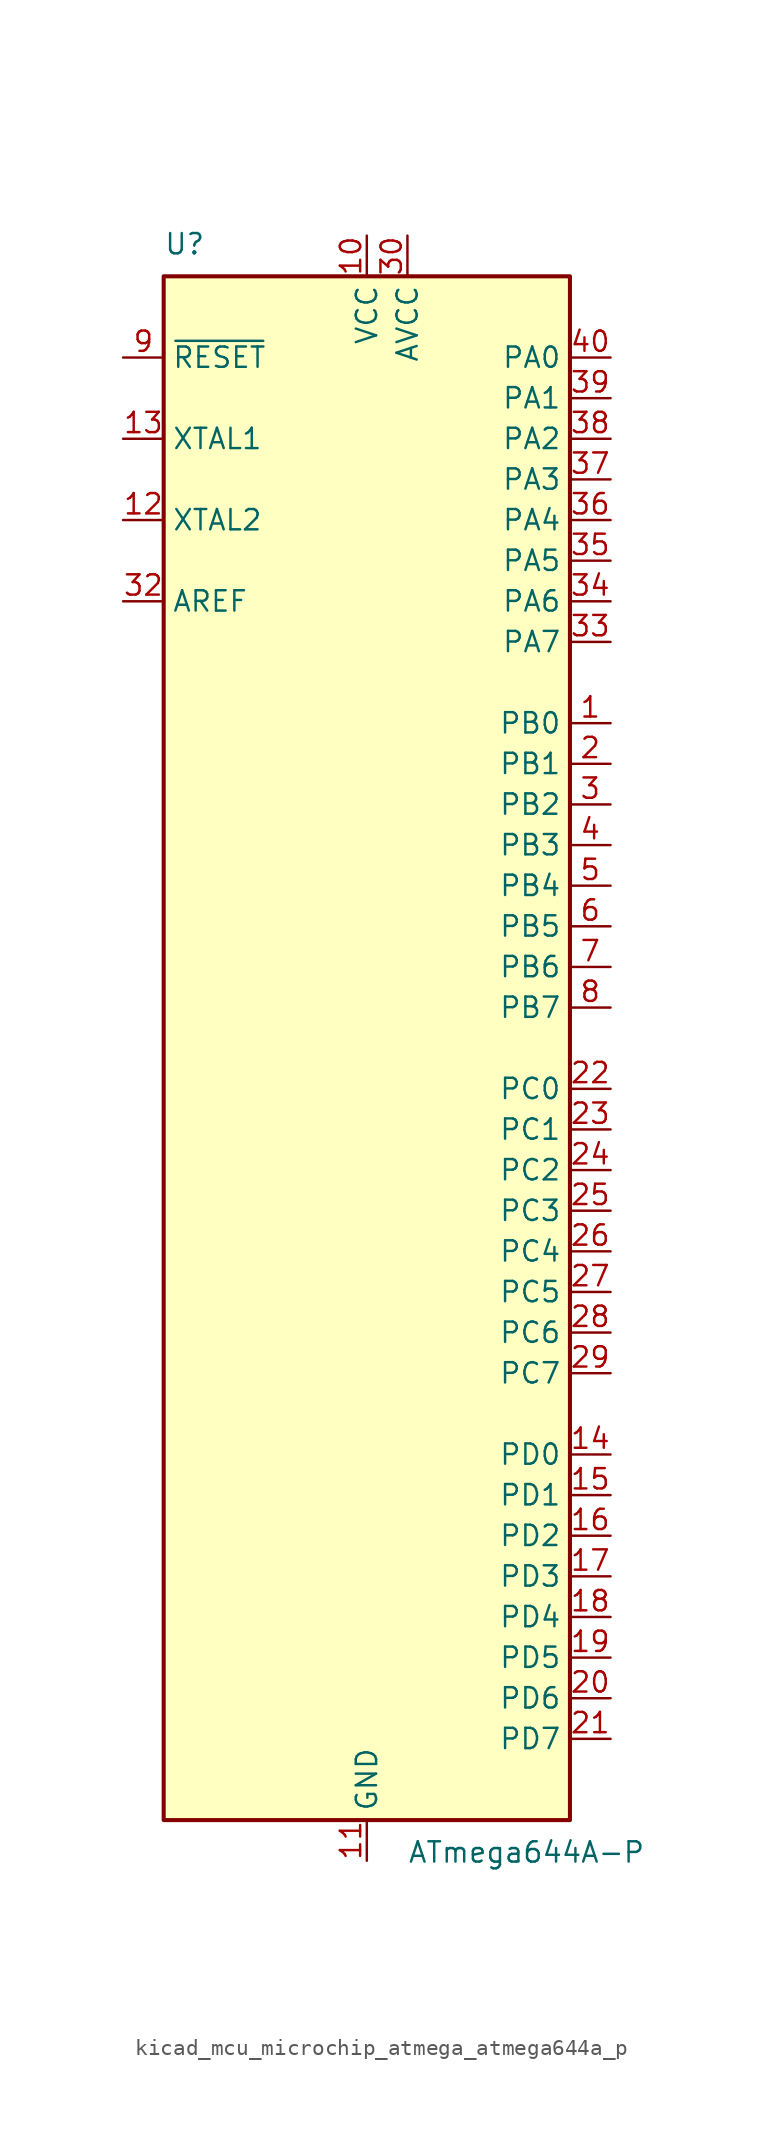
<source format=kicad_sym>
(kicad_symbol_lib
  (version 20220914)
  (generator kicad_symbol_editor)
  (symbol "kicad_mcu_microchip_atmega_atmega644a_p"
    (property "Reference" "U"
      (at -12.7 49.53 0)
      (effects (font (size 1.27 1.27)) (justify left bottom)))
    (property "Value" "ATmega644A-P"
      (at 2.54 -49.53 0)
      (effects (font (size 1.27 1.27)) (justify left top)))
    (symbol "kicad_mcu_microchip_atmega_atmega644a_p_0_1"
      (rectangle (start -12.7 -48.26) (end 12.7 48.26) (stroke (width 0.254) (type default)) (fill (type background))))
    (symbol "kicad_mcu_microchip_atmega_atmega644a_p_1_1"
      (pin bidirectional line (at 15.24 20.32 180) (length 2.54) (name "PB0" (effects (font (size 1.27 1.27)))) (number "1" (effects (font (size 1.27 1.27)))))
      (pin power_in line (at 0 50.8 270) (length 2.54) (name "VCC" (effects (font (size 1.27 1.27)))) (number "10" (effects (font (size 1.27 1.27)))))
      (pin power_in line (at 0 -50.8 90) (length 2.54) (name "GND" (effects (font (size 1.27 1.27)))) (number "11" (effects (font (size 1.27 1.27)))))
      (pin output line (at -15.24 33.02 0) (length 2.54) (name "XTAL2" (effects (font (size 1.27 1.27)))) (number "12" (effects (font (size 1.27 1.27)))))
      (pin input line (at -15.24 38.1 0) (length 2.54) (name "XTAL1" (effects (font (size 1.27 1.27)))) (number "13" (effects (font (size 1.27 1.27)))))
      (pin bidirectional line (at 15.24 -25.4 180) (length 2.54) (name "PD0" (effects (font (size 1.27 1.27)))) (number "14" (effects (font (size 1.27 1.27)))))
      (pin bidirectional line (at 15.24 -27.94 180) (length 2.54) (name "PD1" (effects (font (size 1.27 1.27)))) (number "15" (effects (font (size 1.27 1.27)))))
      (pin bidirectional line (at 15.24 -30.48 180) (length 2.54) (name "PD2" (effects (font (size 1.27 1.27)))) (number "16" (effects (font (size 1.27 1.27)))))
      (pin bidirectional line (at 15.24 -33.02 180) (length 2.54) (name "PD3" (effects (font (size 1.27 1.27)))) (number "17" (effects (font (size 1.27 1.27)))))
      (pin bidirectional line (at 15.24 -35.56 180) (length 2.54) (name "PD4" (effects (font (size 1.27 1.27)))) (number "18" (effects (font (size 1.27 1.27)))))
      (pin bidirectional line (at 15.24 -38.1 180) (length 2.54) (name "PD5" (effects (font (size 1.27 1.27)))) (number "19" (effects (font (size 1.27 1.27)))))
      (pin bidirectional line (at 15.24 17.78 180) (length 2.54) (name "PB1" (effects (font (size 1.27 1.27)))) (number "2" (effects (font (size 1.27 1.27)))))
      (pin bidirectional line (at 15.24 -40.64 180) (length 2.54) (name "PD6" (effects (font (size 1.27 1.27)))) (number "20" (effects (font (size 1.27 1.27)))))
      (pin bidirectional line (at 15.24 -43.18 180) (length 2.54) (name "PD7" (effects (font (size 1.27 1.27)))) (number "21" (effects (font (size 1.27 1.27)))))
      (pin bidirectional line (at 15.24 -2.54 180) (length 2.54) (name "PC0" (effects (font (size 1.27 1.27)))) (number "22" (effects (font (size 1.27 1.27)))))
      (pin bidirectional line (at 15.24 -5.08 180) (length 2.54) (name "PC1" (effects (font (size 1.27 1.27)))) (number "23" (effects (font (size 1.27 1.27)))))
      (pin bidirectional line (at 15.24 -7.62 180) (length 2.54) (name "PC2" (effects (font (size 1.27 1.27)))) (number "24" (effects (font (size 1.27 1.27)))))
      (pin bidirectional line (at 15.24 -10.16 180) (length 2.54) (name "PC3" (effects (font (size 1.27 1.27)))) (number "25" (effects (font (size 1.27 1.27)))))
      (pin bidirectional line (at 15.24 -12.7 180) (length 2.54) (name "PC4" (effects (font (size 1.27 1.27)))) (number "26" (effects (font (size 1.27 1.27)))))
      (pin bidirectional line (at 15.24 -15.24 180) (length 2.54) (name "PC5" (effects (font (size 1.27 1.27)))) (number "27" (effects (font (size 1.27 1.27)))))
      (pin bidirectional line (at 15.24 -17.78 180) (length 2.54) (name "PC6" (effects (font (size 1.27 1.27)))) (number "28" (effects (font (size 1.27 1.27)))))
      (pin bidirectional line (at 15.24 -20.32 180) (length 2.54) (name "PC7" (effects (font (size 1.27 1.27)))) (number "29" (effects (font (size 1.27 1.27)))))
      (pin bidirectional line (at 15.24 15.24 180) (length 2.54) (name "PB2" (effects (font (size 1.27 1.27)))) (number "3" (effects (font (size 1.27 1.27)))))
      (pin power_in line (at 2.54 50.8 270) (length 2.54) (name "AVCC" (effects (font (size 1.27 1.27)))) (number "30" (effects (font (size 1.27 1.27)))))
      (pin passive line (at 0 -50.8 90) (length 2.54) hide (name "GND" (effects (font (size 1.27 1.27)))) (number "31" (effects (font (size 1.27 1.27)))))
      (pin passive line (at -15.24 27.94 0) (length 2.54) (name "AREF" (effects (font (size 1.27 1.27)))) (number "32" (effects (font (size 1.27 1.27)))))
      (pin bidirectional line (at 15.24 25.4 180) (length 2.54) (name "PA7" (effects (font (size 1.27 1.27)))) (number "33" (effects (font (size 1.27 1.27)))))
      (pin bidirectional line (at 15.24 27.94 180) (length 2.54) (name "PA6" (effects (font (size 1.27 1.27)))) (number "34" (effects (font (size 1.27 1.27)))))
      (pin bidirectional line (at 15.24 30.48 180) (length 2.54) (name "PA5" (effects (font (size 1.27 1.27)))) (number "35" (effects (font (size 1.27 1.27)))))
      (pin bidirectional line (at 15.24 33.02 180) (length 2.54) (name "PA4" (effects (font (size 1.27 1.27)))) (number "36" (effects (font (size 1.27 1.27)))))
      (pin bidirectional line (at 15.24 35.56 180) (length 2.54) (name "PA3" (effects (font (size 1.27 1.27)))) (number "37" (effects (font (size 1.27 1.27)))))
      (pin bidirectional line (at 15.24 38.1 180) (length 2.54) (name "PA2" (effects (font (size 1.27 1.27)))) (number "38" (effects (font (size 1.27 1.27)))))
      (pin bidirectional line (at 15.24 40.64 180) (length 2.54) (name "PA1" (effects (font (size 1.27 1.27)))) (number "39" (effects (font (size 1.27 1.27)))))
      (pin bidirectional line (at 15.24 12.7 180) (length 2.54) (name "PB3" (effects (font (size 1.27 1.27)))) (number "4" (effects (font (size 1.27 1.27)))))
      (pin bidirectional line (at 15.24 43.18 180) (length 2.54) (name "PA0" (effects (font (size 1.27 1.27)))) (number "40" (effects (font (size 1.27 1.27)))))
      (pin bidirectional line (at 15.24 10.16 180) (length 2.54) (name "PB4" (effects (font (size 1.27 1.27)))) (number "5" (effects (font (size 1.27 1.27)))))
      (pin bidirectional line (at 15.24 7.62 180) (length 2.54) (name "PB5" (effects (font (size 1.27 1.27)))) (number "6" (effects (font (size 1.27 1.27)))))
      (pin bidirectional line (at 15.24 5.08 180) (length 2.54) (name "PB6" (effects (font (size 1.27 1.27)))) (number "7" (effects (font (size 1.27 1.27)))))
      (pin bidirectional line (at 15.24 2.54 180) (length 2.54) (name "PB7" (effects (font (size 1.27 1.27)))) (number "8" (effects (font (size 1.27 1.27)))))
      (pin input line (at -15.24 43.18 0) (length 2.54) (name "~{RESET}" (effects (font (size 1.27 1.27)))) (number "9" (effects (font (size 1.27 1.27))))))))
</source>
